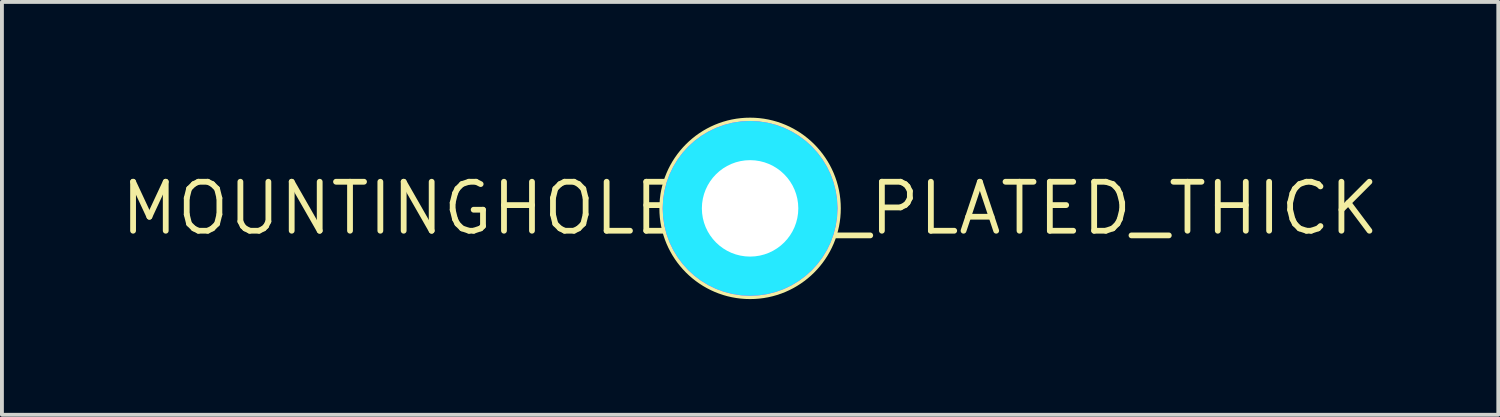
<source format=kicad_pcb>
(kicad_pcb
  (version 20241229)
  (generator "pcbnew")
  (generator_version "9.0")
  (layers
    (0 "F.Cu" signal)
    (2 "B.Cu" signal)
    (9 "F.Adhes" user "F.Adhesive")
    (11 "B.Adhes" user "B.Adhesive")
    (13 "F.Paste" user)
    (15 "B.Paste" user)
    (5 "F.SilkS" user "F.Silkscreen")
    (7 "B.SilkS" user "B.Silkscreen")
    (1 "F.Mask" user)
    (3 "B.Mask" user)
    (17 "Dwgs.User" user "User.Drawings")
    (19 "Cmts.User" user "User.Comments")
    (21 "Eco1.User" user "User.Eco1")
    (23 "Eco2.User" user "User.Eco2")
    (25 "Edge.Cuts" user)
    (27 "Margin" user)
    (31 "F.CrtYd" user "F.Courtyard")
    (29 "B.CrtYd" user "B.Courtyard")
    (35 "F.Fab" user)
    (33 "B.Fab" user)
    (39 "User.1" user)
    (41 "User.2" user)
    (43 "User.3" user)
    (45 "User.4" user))
  (footprint "MOUNTINGHOLE_2.5_PLATED_THICK"
    (layer "F.Cu")
    (at 16.396 2.352)
    (property "Reference" "MOUNTINGHOLE_2.5_PLATED_THICK" (at 0 0 0) (layer "F.SilkS") (effects (font (size 1.27 1.27) (thickness 0.15))))
    (fp_circle (center 0 0) (end 2.25 0) (stroke (width 0.203) (type solid)) (fill no) (layer "F.SilkS"))
    (fp_circle (center 0 0) (end 1.25 0) (stroke (width 2.032) (type solid)) (fill no) (layer "B.CrtYd"))
    (fp_circle (center 0 0) (end 1.25 0) (stroke (width 2.032) (type solid)) (fill no) (layer "F.CrtYd"))
    (pad "P$1" thru_hole circle (at 0 0) (size 4 4) (drill 2.5) (layers "*.Cu" "*.Mask"))
    (zone (net_name "") (layer "F.Cu") (hatch edge 0.5) (connect_pads) (min_thickness 0.25) (filled_areas_thickness no) (keepout (tracks not_allowed) (vias not_allowed) (pads not_allowed) (copperpour not_allowed) (footprints allowed)) (placement (enabled no)) (fill) (polygon (pts (xy 18.662 2.352) (xy 18.642 2.05) (xy 18.582 1.753) (xy 18.483 1.467) (xy 18.346 1.197) (xy 18.175 0.947) (xy 17.972 0.723) (xy 17.74 0.527) (xy 17.485 0.364) (xy 17.211 0.237) (xy 16.922 0.147) (xy 16.623 0.097) (xy 16.321 0.087) (xy 16.019 0.117) (xy 15.725 0.187) (xy 15.442 0.296) (xy 15.177 0.442) (xy 14.933 0.621) (xy 14.716 0.832) (xy 14.528 1.069) (xy 14.374 1.33) (xy 14.256 1.608) (xy 14.176 1.9) (xy 14.135 2.2) (xy 14.135 2.503) (xy 14.176 2.803) (xy 14.256 3.095) (xy 14.374 3.374) (xy 14.528 3.634) (xy 14.716 3.872) (xy 14.933 4.082) (xy 15.177 4.262) (xy 15.442 4.407) (xy 15.725 4.516) (xy 16.019 4.586) (xy 16.321 4.616) (xy 16.623 4.606) (xy 16.922 4.556) (xy 17.211 4.466) (xy 17.485 4.339) (xy 17.74 4.176) (xy 17.972 3.98) (xy 18.175 3.756) (xy 18.346 3.506) (xy 18.483 3.236) (xy 18.582 2.95) (xy 18.642 2.654))) (polygon (pts (xy 16.63 2.352) (xy 16.61 2.256) (xy 16.553 2.178) (xy 16.469 2.129) (xy 16.372 2.119) (xy 16.279 2.149) (xy 16.207 2.214) (xy 16.167 2.303) (xy 16.167 2.4) (xy 16.207 2.489) (xy 16.279 2.554) (xy 16.372 2.584) (xy 16.469 2.574) (xy 16.553 2.525) (xy 16.61 2.447))))
    (zone (net_name "") (layer "B.Cu") (hatch edge 0.5) (connect_pads) (min_thickness 0.25) (filled_areas_thickness no) (keepout (tracks not_allowed) (vias not_allowed) (pads not_allowed) (copperpour not_allowed) (footprints allowed)) (placement (enabled no)) (fill) (polygon (pts (xy 18.662 2.352) (xy 18.642 2.05) (xy 18.582 1.753) (xy 18.483 1.467) (xy 18.346 1.197) (xy 18.175 0.947) (xy 17.972 0.723) (xy 17.74 0.527) (xy 17.485 0.364) (xy 17.211 0.237) (xy 16.922 0.147) (xy 16.623 0.097) (xy 16.321 0.087) (xy 16.019 0.117) (xy 15.725 0.187) (xy 15.442 0.296) (xy 15.177 0.442) (xy 14.933 0.621) (xy 14.716 0.832) (xy 14.528 1.069) (xy 14.374 1.33) (xy 14.256 1.608) (xy 14.176 1.9) (xy 14.135 2.2) (xy 14.135 2.503) (xy 14.176 2.803) (xy 14.256 3.095) (xy 14.374 3.374) (xy 14.528 3.634) (xy 14.716 3.872) (xy 14.933 4.082) (xy 15.177 4.262) (xy 15.442 4.407) (xy 15.725 4.516) (xy 16.019 4.586) (xy 16.321 4.616) (xy 16.623 4.606) (xy 16.922 4.556) (xy 17.211 4.466) (xy 17.485 4.339) (xy 17.74 4.176) (xy 17.972 3.98) (xy 18.175 3.756) (xy 18.346 3.506) (xy 18.483 3.236) (xy 18.582 2.95) (xy 18.642 2.654))) (polygon (pts (xy 16.63 2.352) (xy 16.61 2.256) (xy 16.553 2.178) (xy 16.469 2.129) (xy 16.372 2.119) (xy 16.279 2.149) (xy 16.207 2.214) (xy 16.167 2.303) (xy 16.167 2.4) (xy 16.207 2.489) (xy 16.279 2.554) (xy 16.372 2.584) (xy 16.469 2.574) (xy 16.553 2.525) (xy 16.61 2.447)))))
  (gr_rect
    (start -3 -3)
    (end 35.793 7.703)
    (stroke (width 0.1) (type default))
    (fill no)
    (layer "Edge.Cuts")))
</source>
